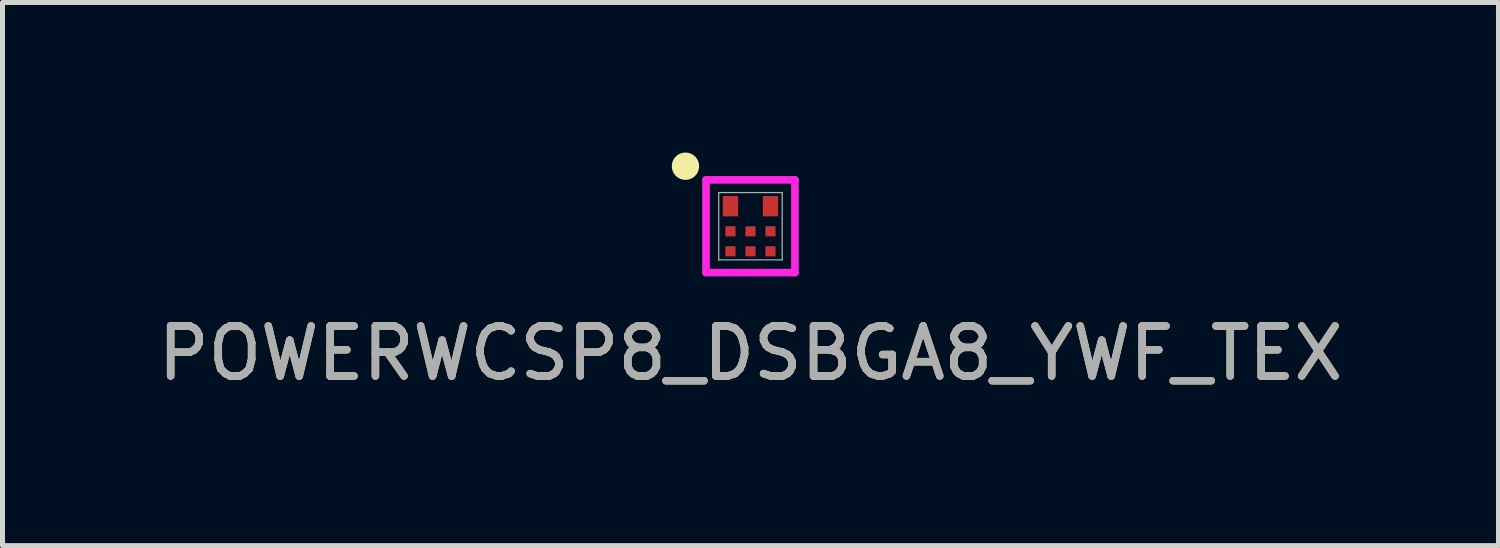
<source format=kicad_pcb>
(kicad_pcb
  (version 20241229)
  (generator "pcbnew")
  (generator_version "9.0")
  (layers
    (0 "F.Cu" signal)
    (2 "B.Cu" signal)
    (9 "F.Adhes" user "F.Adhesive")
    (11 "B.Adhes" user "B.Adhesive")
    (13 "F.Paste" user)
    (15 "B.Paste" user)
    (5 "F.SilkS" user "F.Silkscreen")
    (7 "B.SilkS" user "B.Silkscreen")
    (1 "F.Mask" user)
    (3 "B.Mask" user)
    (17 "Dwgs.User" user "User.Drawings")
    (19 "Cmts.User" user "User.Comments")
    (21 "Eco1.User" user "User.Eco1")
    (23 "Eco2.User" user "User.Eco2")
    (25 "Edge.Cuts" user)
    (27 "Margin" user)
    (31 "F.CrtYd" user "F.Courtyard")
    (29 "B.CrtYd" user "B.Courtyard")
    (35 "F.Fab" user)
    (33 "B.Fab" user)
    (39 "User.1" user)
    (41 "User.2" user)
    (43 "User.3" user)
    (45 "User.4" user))
  (footprint "POWERWCSP8_DSBGA8_YWF_TEX"
    (layer "F.Cu")
    (at 11.958 1.474)
    (property "Reference" "POWERWCSP8_DSBGA8_YWF_TEX" (at 0 2.54 0) (unlocked yes) (layer "F.SilkS") (effects (font (size 1 1) (thickness 0.15))))
    (attr smd)
    (fp_circle (center -1.3 -1.2) (end -1.4 -1.4) (stroke (width 0.1) (type solid)) (fill yes) (layer "F.SilkS"))
    (fp_line (start -0.889 -0.927) (end -0.889 0.927) (stroke (width 0.152) (type solid)) (layer "F.CrtYd"))
    (fp_line (start -0.889 0.927) (end 0.889 0.927) (stroke (width 0.152) (type solid)) (layer "F.CrtYd"))
    (fp_line (start 0.889 -0.927) (end -0.889 -0.927) (stroke (width 0.152) (type solid)) (layer "F.CrtYd"))
    (fp_line (start 0.889 0.927) (end 0.889 -0.927) (stroke (width 0.152) (type solid)) (layer "F.CrtYd"))
    (fp_line (start -0.635 -0.673) (end -0.635 0.673) (stroke (width 0.025) (type solid)) (layer "F.Fab"))
    (fp_line (start -0.635 0.673) (end 0.635 0.673) (stroke (width 0.025) (type solid)) (layer "F.Fab"))
    (fp_line (start 0.635 -0.673) (end -0.635 -0.673) (stroke (width 0.025) (type solid)) (layer "F.Fab"))
    (fp_line (start 0.635 0.673) (end 0.635 -0.673) (stroke (width 0.025) (type solid)) (layer "F.Fab"))
    (fp_text user "${REFERENCE}" (at 0 2.54 0) (unlocked yes) (layer "F.Fab") (effects (font (size 1 1) (thickness 0.15))))
    (pad "1" smd rect (at -0.4 -0.4) (size 0.305 0.406) (layers "F.Cu" "F.Mask" "F.Paste"))
    (pad "3" smd rect (at 0.4 -0.4) (size 0.305 0.406) (layers "F.Cu" "F.Mask" "F.Paste"))
    (pad "4" smd rect (at -0.4 0.102) (size 0.203 0.203) (layers "F.Cu" "F.Mask" "F.Paste"))
    (pad "5" smd rect (at 0 0.102) (size 0.203 0.203) (layers "F.Cu" "F.Mask" "F.Paste"))
    (pad "6" smd rect (at 0.4 0.102) (size 0.203 0.203) (layers "F.Cu" "F.Mask" "F.Paste"))
    (pad "7" smd rect (at -0.4 0.502) (size 0.203 0.203) (layers "F.Cu" "F.Mask" "F.Paste"))
    (pad "8" smd rect (at 0 0.502) (size 0.203 0.203) (layers "F.Cu" "F.Mask" "F.Paste"))
    (pad "9" smd rect (at 0.4 0.502) (size 0.203 0.203) (layers "F.Cu" "F.Mask" "F.Paste")))
  (gr_rect
    (start -3 -3)
    (end 26.917 7.862)
    (stroke (width 0.1) (type default))
    (fill no)
    (layer "Edge.Cuts")))
</source>
